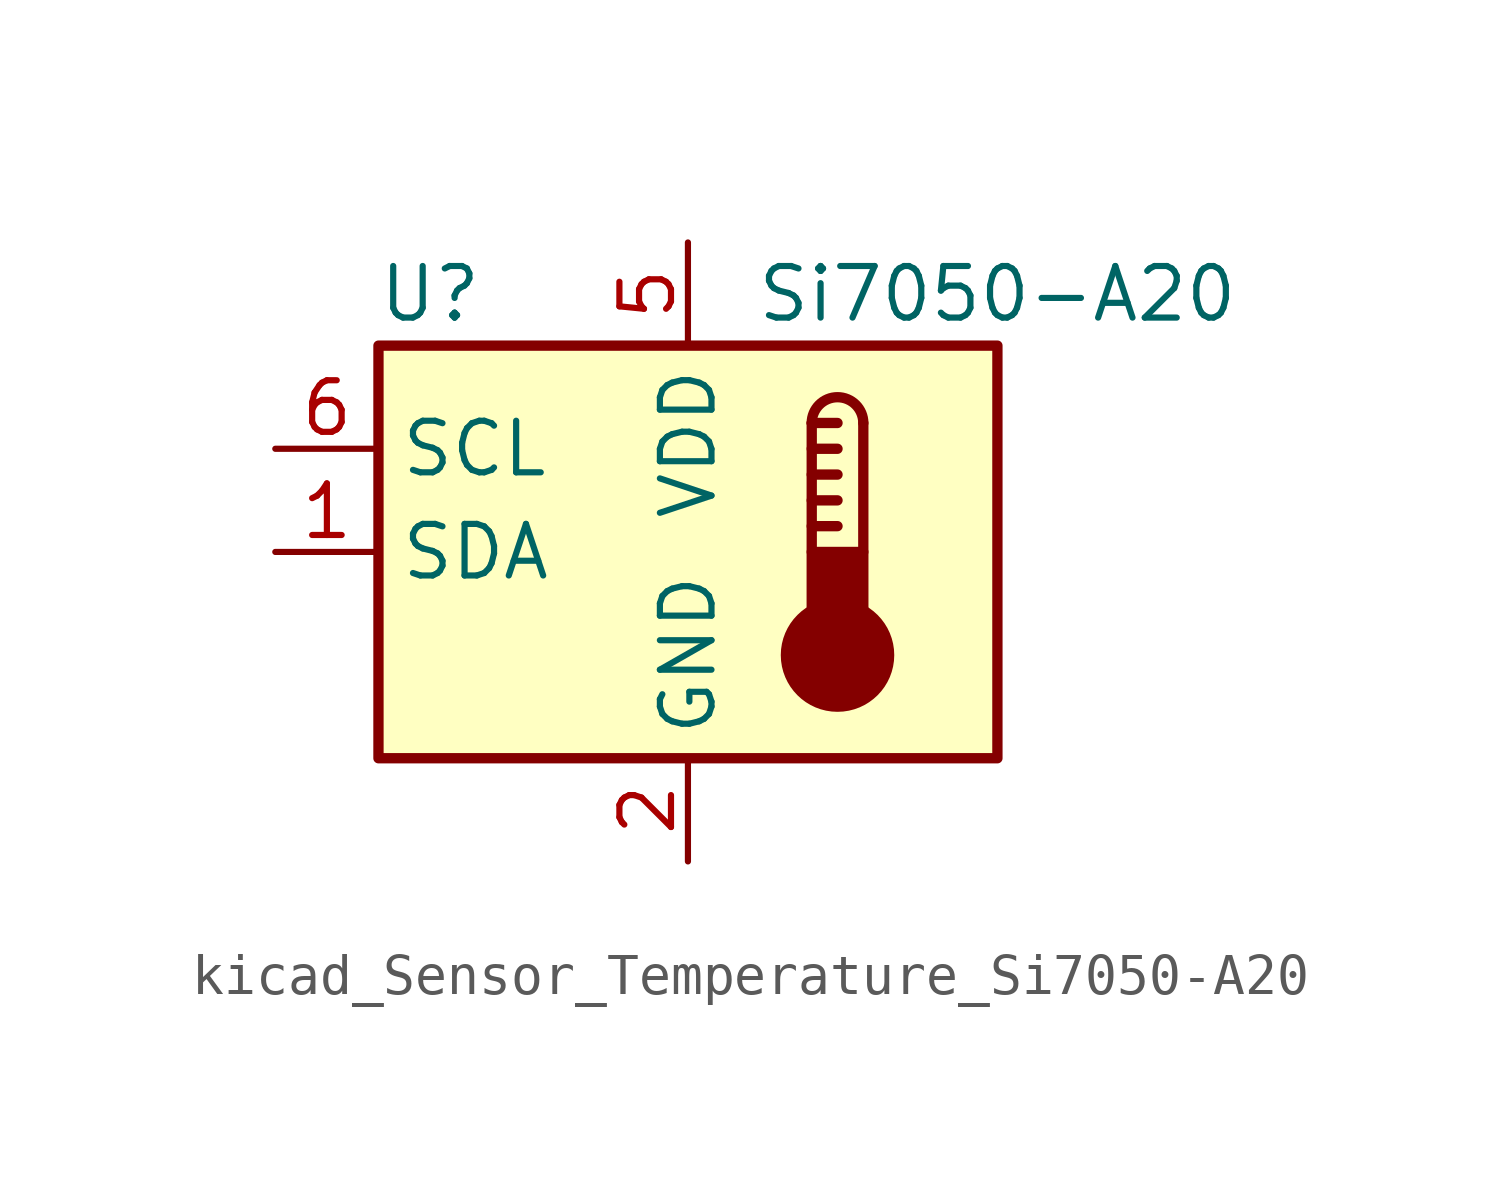
<source format=kicad_sym>
(kicad_symbol_lib
  (version 20220914)
  (generator kicad_symbol_editor)
  (symbol "kicad_Sensor_Temperature_Si7050-A20"
    (property "Reference" "U"
      (at -6.35 6.35 0)
      (effects (font (size 1.27 1.27))))
    (property "Value" "Si7050-A20"
      (at 7.62 6.35 0)
      (effects (font (size 1.27 1.27))))
    (symbol "kicad_Sensor_Temperature_Si7050-A20_0_1"
      (rectangle (start -7.62 5.08) (end 7.62 -5.08) (stroke (width 0.254) (type default)) (fill (type background))))
    (symbol "kicad_Sensor_Temperature_Si7050-A20_1_1"
      (polyline (pts (xy 3.048 0.635) (xy 3.683 0.635)) (stroke (width 0.254) (type default)) (fill (type none)))
      (polyline (pts (xy 3.048 1.27) (xy 3.683 1.27)) (stroke (width 0.254) (type default)) (fill (type none)))
      (polyline (pts (xy 3.048 1.905) (xy 3.683 1.905)) (stroke (width 0.254) (type default)) (fill (type none)))
      (polyline (pts (xy 3.048 2.54) (xy 3.683 2.54)) (stroke (width 0.254) (type default)) (fill (type none)))
      (polyline (pts (xy 3.048 3.175) (xy 3.048 0)) (stroke (width 0.254) (type default)) (fill (type none)))
      (polyline (pts (xy 3.048 3.175) (xy 3.683 3.175)) (stroke (width 0.254) (type default)) (fill (type none)))
      (polyline (pts (xy 4.318 3.175) (xy 4.318 0)) (stroke (width 0.254) (type default)) (fill (type none)))
      (circle (center 3.683 -2.54) (radius 1.27) (stroke (width 0.254) (type default)) (fill (type outline)))
      (rectangle (start 4.318 -1.905) (end 3.048 0) (stroke (width 0.254) (type default)) (fill (type outline)))
      (arc (start 4.318 3.175) (mid 3.683 3.8073) (end 3.048 3.175) (stroke (width 0.254) (type default)) (fill (type none)))
      (pin bidirectional line (at -10.16 0 0) (length 2.54) (name "SDA" (effects (font (size 1.27 1.27)))) (number "1" (effects (font (size 1.27 1.27)))))
      (pin power_in line (at 0 -7.62 90) (length 2.54) (name "GND" (effects (font (size 1.27 1.27)))) (number "2" (effects (font (size 1.27 1.27)))))
      (pin no_connect line (at 7.62 2.54 180) (length 2.54) hide (name "NC" (effects (font (size 1.27 1.27)))) (number "3" (effects (font (size 1.27 1.27)))))
      (pin no_connect line (at 7.62 -2.54 180) (length 2.54) hide (name "NC" (effects (font (size 1.27 1.27)))) (number "4" (effects (font (size 1.27 1.27)))))
      (pin power_in line (at 0 7.62 270) (length 2.54) (name "VDD" (effects (font (size 1.27 1.27)))) (number "5" (effects (font (size 1.27 1.27)))))
      (pin input line (at -10.16 2.54 0) (length 2.54) (name "SCL" (effects (font (size 1.27 1.27)))) (number "6" (effects (font (size 1.27 1.27))))))))
</source>
